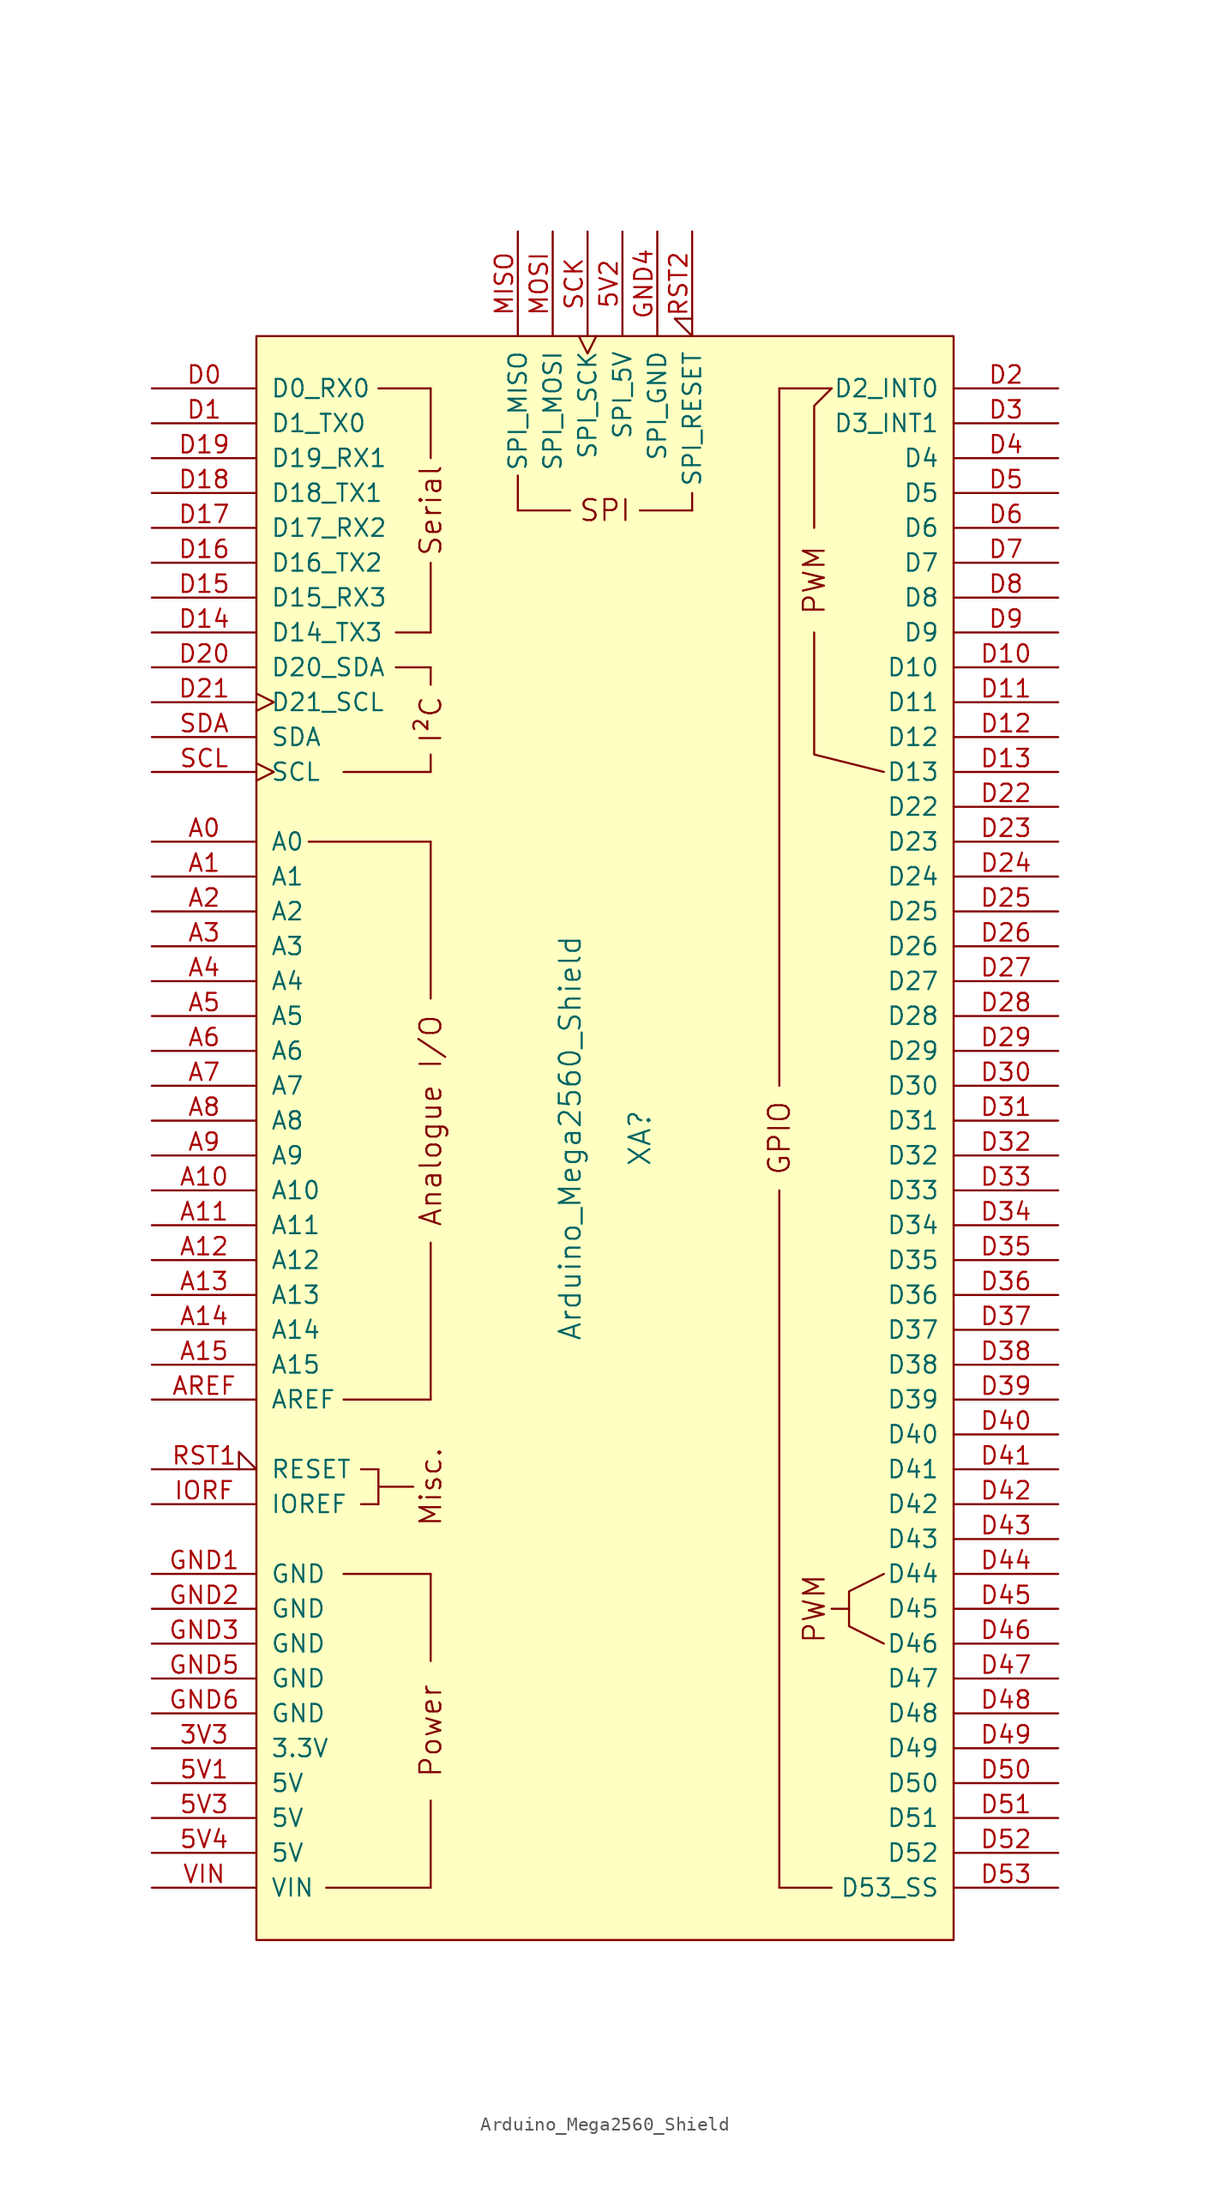
<source format=kicad_sym>
(kicad_symbol_lib
  (version 20211014)
  (generator kicad_symbol_editor)
  (symbol "Arduino_Mega2560_Shield"
    (pin_names
      (offset 1.016))
    (property "Reference" "XA"
      (at 2.54 0 90)
      (effects (font (size 1.524 1.524))))
    (property "Value" "Arduino_Mega2560_Shield"
      (at -2.54 0 90)
      (effects (font (size 1.524 1.524))))
    (symbol "Arduino_Mega2560_Shield_0_0"
      (rectangle (start -25.4 -58.42) (end 25.4 58.42) (stroke (width 0) (type default) (color 0 0 0 0)) (fill (type background)))
      (rectangle (start -20.32 -54.61) (end -12.7 -54.61) (stroke (width 0) (type default) (color 0 0 0 0)) (fill (type none)))
      (rectangle (start -19.05 -31.75) (end -12.7 -31.75) (stroke (width 0) (type default) (color 0 0 0 0)) (fill (type none)))
      (rectangle (start -19.05 -19.05) (end -12.7 -19.05) (stroke (width 0) (type default) (color 0 0 0 0)) (fill (type none)))
      (rectangle (start -19.05 26.67) (end -12.7 26.67) (stroke (width 0) (type default) (color 0 0 0 0)) (fill (type none)))
      (rectangle (start -17.78 -26.67) (end -16.51 -26.67) (stroke (width 0) (type default) (color 0 0 0 0)) (fill (type none)))
      (rectangle (start -17.78 -24.13) (end -16.51 -24.13) (stroke (width 0) (type default) (color 0 0 0 0)) (fill (type none)))
      (rectangle (start -16.51 -25.4) (end -13.97 -25.4) (stroke (width 0) (type default) (color 0 0 0 0)) (fill (type none)))
      (rectangle (start -16.51 -24.13) (end -16.51 -26.67) (stroke (width 0) (type default) (color 0 0 0 0)) (fill (type none)))
      (rectangle (start -16.51 54.61) (end -12.7 54.61) (stroke (width 0) (type default) (color 0 0 0 0)) (fill (type none)))
      (rectangle (start -15.24 34.29) (end -12.7 34.29) (stroke (width 0) (type default) (color 0 0 0 0)) (fill (type none)))
      (rectangle (start -15.24 36.83) (end -12.7 36.83) (stroke (width 0) (type default) (color 0 0 0 0)) (fill (type none)))
      (rectangle (start -12.7 -54.61) (end -12.7 -48.26) (stroke (width 0) (type default) (color 0 0 0 0)) (fill (type none)))
      (rectangle (start -12.7 -31.75) (end -12.7 -38.1) (stroke (width 0) (type default) (color 0 0 0 0)) (fill (type none)))
      (rectangle (start -12.7 26.67) (end -12.7 27.94) (stroke (width 0) (type default) (color 0 0 0 0)) (fill (type none)))
      (rectangle (start -12.7 34.29) (end -12.7 33.02) (stroke (width 0) (type default) (color 0 0 0 0)) (fill (type none)))
      (rectangle (start -12.7 41.91) (end -12.7 36.83) (stroke (width 0) (type default) (color 0 0 0 0)) (fill (type none)))
      (rectangle (start -12.7 49.53) (end -12.7 54.61) (stroke (width 0) (type default) (color 0 0 0 0)) (fill (type none)))
      (rectangle (start -6.35 48.26) (end -6.35 45.72) (stroke (width 0) (type default) (color 0 0 0 0)) (fill (type none)))
      (rectangle (start -2.54 45.72) (end -6.35 45.72) (stroke (width 0) (type default) (color 0 0 0 0)) (fill (type none)))
      (polyline (pts (xy -21.59 21.59) (xy -12.7 21.59)) (stroke (width 0) (type default) (color 0 0 0 0)) (fill (type none)))
      (polyline (pts (xy -12.7 -19.05) (xy -12.7 -7.62)) (stroke (width 0) (type default) (color 0 0 0 0)) (fill (type none)))
      (polyline (pts (xy -12.7 10.16) (xy -12.7 21.59)) (stroke (width 0) (type default) (color 0 0 0 0)) (fill (type none)))
      (polyline (pts (xy 12.7 -54.61) (xy 16.51 -54.61)) (stroke (width 0) (type default) (color 0 0 0 0)) (fill (type none)))
      (polyline (pts (xy 12.7 54.61) (xy 16.51 54.61)) (stroke (width 0) (type default) (color 0 0 0 0)) (fill (type none)))
      (polyline (pts (xy 17.78 -34.29) (xy 16.51 -34.29)) (stroke (width 0) (type default) (color 0 0 0 0)) (fill (type none)))
      (polyline (pts (xy 15.24 36.83) (xy 15.24 27.94) (xy 20.32 26.67)) (stroke (width 0) (type default) (color 0 0 0 0)) (fill (type none)))
      (polyline (pts (xy 15.24 44.45) (xy 15.24 53.34) (xy 16.51 54.61)) (stroke (width 0) (type default) (color 0 0 0 0)) (fill (type none)))
      (polyline (pts (xy 20.32 -31.75) (xy 17.78 -33.02) (xy 17.78 -35.56) (xy 20.32 -36.83)) (stroke (width 0) (type default) (color 0 0 0 0)) (fill (type none)))
      (rectangle (start 6.35 45.72) (end 2.54 45.72) (stroke (width 0) (type default) (color 0 0 0 0)) (fill (type none)))
      (rectangle (start 6.35 46.99) (end 6.35 45.72) (stroke (width 0) (type default) (color 0 0 0 0)) (fill (type none)))
      (text "Analogue I/O" (at -12.7 1.27 900) (effects (font (size 1.524 1.524))))
      (text "I²C" (at -12.7 30.48 900) (effects (font (size 1.524 1.524))))
      (text "Misc." (at -12.7 -25.4 900) (effects (font (size 1.524 1.524))))
      (text "Power" (at -12.7 -43.18 900) (effects (font (size 1.524 1.524))))
      (text "PWM" (at 15.24 -34.29 900) (effects (font (size 1.524 1.524))))
      (text "PWM" (at 15.24 40.64 900) (effects (font (size 1.524 1.524))))
      (text "Serial" (at -12.7 45.72 900) (effects (font (size 1.524 1.524))))
      (text "SPI" (at 0 45.72 0) (effects (font (size 1.524 1.524)))))
    (symbol "Arduino_Mega2560_Shield_1_0"
      (rectangle (start 12.7 -54.61) (end 12.7 -3.81) (stroke (width 0) (type default) (color 0 0 0 0)) (fill (type none)))
      (rectangle (start 12.7 54.61) (end 12.7 3.81) (stroke (width 0) (type default) (color 0 0 0 0)) (fill (type none)))
      (text "GPIO" (at 12.7 0 900) (effects (font (size 1.524 1.524)))))
    (symbol "Arduino_Mega2560_Shield_1_1"
      (pin power_out line (at -33.02 -44.45 0) (length 7.62) (name "3.3V" (effects (font (size 1.27 1.27)))) (number "3V3" (effects (font (size 1.27 1.27)))))
      (pin power_in line (at -33.02 -46.99 0) (length 7.62) (name "5V" (effects (font (size 1.27 1.27)))) (number "5V1" (effects (font (size 1.27 1.27)))))
      (pin power_in line (at 1.27 66.04 270) (length 7.62) (name "SPI_5V" (effects (font (size 1.27 1.27)))) (number "5V2" (effects (font (size 1.27 1.27)))))
      (pin power_in line (at -33.02 -49.53 0) (length 7.62) (name "5V" (effects (font (size 1.27 1.27)))) (number "5V3" (effects (font (size 1.27 1.27)))))
      (pin power_in line (at -33.02 -52.07 0) (length 7.62) (name "5V" (effects (font (size 1.27 1.27)))) (number "5V4" (effects (font (size 1.27 1.27)))))
      (pin bidirectional line (at -33.02 21.59 0) (length 7.62) (name "A0" (effects (font (size 1.27 1.27)))) (number "A0" (effects (font (size 1.27 1.27)))))
      (pin bidirectional line (at -33.02 19.05 0) (length 7.62) (name "A1" (effects (font (size 1.27 1.27)))) (number "A1" (effects (font (size 1.27 1.27)))))
      (pin bidirectional line (at -33.02 -3.81 0) (length 7.62) (name "A10" (effects (font (size 1.27 1.27)))) (number "A10" (effects (font (size 1.27 1.27)))))
      (pin bidirectional line (at -33.02 -6.35 0) (length 7.62) (name "A11" (effects (font (size 1.27 1.27)))) (number "A11" (effects (font (size 1.27 1.27)))))
      (pin bidirectional line (at -33.02 -8.89 0) (length 7.62) (name "A12" (effects (font (size 1.27 1.27)))) (number "A12" (effects (font (size 1.27 1.27)))))
      (pin bidirectional line (at -33.02 -11.43 0) (length 7.62) (name "A13" (effects (font (size 1.27 1.27)))) (number "A13" (effects (font (size 1.27 1.27)))))
      (pin bidirectional line (at -33.02 -13.97 0) (length 7.62) (name "A14" (effects (font (size 1.27 1.27)))) (number "A14" (effects (font (size 1.27 1.27)))))
      (pin bidirectional line (at -33.02 -16.51 0) (length 7.62) (name "A15" (effects (font (size 1.27 1.27)))) (number "A15" (effects (font (size 1.27 1.27)))))
      (pin bidirectional line (at -33.02 16.51 0) (length 7.62) (name "A2" (effects (font (size 1.27 1.27)))) (number "A2" (effects (font (size 1.27 1.27)))))
      (pin bidirectional line (at -33.02 13.97 0) (length 7.62) (name "A3" (effects (font (size 1.27 1.27)))) (number "A3" (effects (font (size 1.27 1.27)))))
      (pin bidirectional line (at -33.02 11.43 0) (length 7.62) (name "A4" (effects (font (size 1.27 1.27)))) (number "A4" (effects (font (size 1.27 1.27)))))
      (pin bidirectional line (at -33.02 8.89 0) (length 7.62) (name "A5" (effects (font (size 1.27 1.27)))) (number "A5" (effects (font (size 1.27 1.27)))))
      (pin bidirectional line (at -33.02 6.35 0) (length 7.62) (name "A6" (effects (font (size 1.27 1.27)))) (number "A6" (effects (font (size 1.27 1.27)))))
      (pin bidirectional line (at -33.02 3.81 0) (length 7.62) (name "A7" (effects (font (size 1.27 1.27)))) (number "A7" (effects (font (size 1.27 1.27)))))
      (pin bidirectional line (at -33.02 1.27 0) (length 7.62) (name "A8" (effects (font (size 1.27 1.27)))) (number "A8" (effects (font (size 1.27 1.27)))))
      (pin bidirectional line (at -33.02 -1.27 0) (length 7.62) (name "A9" (effects (font (size 1.27 1.27)))) (number "A9" (effects (font (size 1.27 1.27)))))
      (pin input line (at -33.02 -19.05 0) (length 7.62) (name "AREF" (effects (font (size 1.27 1.27)))) (number "AREF" (effects (font (size 1.27 1.27)))))
      (pin bidirectional line (at -33.02 54.61 0) (length 7.62) (name "D0_RX0" (effects (font (size 1.27 1.27)))) (number "D0" (effects (font (size 1.27 1.27)))))
      (pin bidirectional line (at -33.02 52.07 0) (length 7.62) (name "D1_TX0" (effects (font (size 1.27 1.27)))) (number "D1" (effects (font (size 1.27 1.27)))))
      (pin bidirectional line (at 33.02 34.29 180) (length 7.62) (name "D10" (effects (font (size 1.27 1.27)))) (number "D10" (effects (font (size 1.27 1.27)))))
      (pin bidirectional line (at 33.02 31.75 180) (length 7.62) (name "D11" (effects (font (size 1.27 1.27)))) (number "D11" (effects (font (size 1.27 1.27)))))
      (pin bidirectional line (at 33.02 29.21 180) (length 7.62) (name "D12" (effects (font (size 1.27 1.27)))) (number "D12" (effects (font (size 1.27 1.27)))))
      (pin bidirectional line (at 33.02 26.67 180) (length 7.62) (name "D13" (effects (font (size 1.27 1.27)))) (number "D13" (effects (font (size 1.27 1.27)))))
      (pin bidirectional line (at -33.02 36.83 0) (length 7.62) (name "D14_TX3" (effects (font (size 1.27 1.27)))) (number "D14" (effects (font (size 1.27 1.27)))))
      (pin bidirectional line (at -33.02 39.37 0) (length 7.62) (name "D15_RX3" (effects (font (size 1.27 1.27)))) (number "D15" (effects (font (size 1.27 1.27)))))
      (pin bidirectional line (at -33.02 41.91 0) (length 7.62) (name "D16_TX2" (effects (font (size 1.27 1.27)))) (number "D16" (effects (font (size 1.27 1.27)))))
      (pin bidirectional line (at -33.02 44.45 0) (length 7.62) (name "D17_RX2" (effects (font (size 1.27 1.27)))) (number "D17" (effects (font (size 1.27 1.27)))))
      (pin bidirectional line (at -33.02 46.99 0) (length 7.62) (name "D18_TX1" (effects (font (size 1.27 1.27)))) (number "D18" (effects (font (size 1.27 1.27)))))
      (pin bidirectional line (at -33.02 49.53 0) (length 7.62) (name "D19_RX1" (effects (font (size 1.27 1.27)))) (number "D19" (effects (font (size 1.27 1.27)))))
      (pin bidirectional line (at 33.02 54.61 180) (length 7.62) (name "D2_INT0" (effects (font (size 1.27 1.27)))) (number "D2" (effects (font (size 1.27 1.27)))))
      (pin bidirectional line (at -33.02 34.29 0) (length 7.62) (name "D20_SDA" (effects (font (size 1.27 1.27)))) (number "D20" (effects (font (size 1.27 1.27)))))
      (pin bidirectional clock (at -33.02 31.75 0) (length 7.62) (name "D21_SCL" (effects (font (size 1.27 1.27)))) (number "D21" (effects (font (size 1.27 1.27)))))
      (pin bidirectional line (at 33.02 24.13 180) (length 7.62) (name "D22" (effects (font (size 1.27 1.27)))) (number "D22" (effects (font (size 1.27 1.27)))))
      (pin bidirectional line (at 33.02 21.59 180) (length 7.62) (name "D23" (effects (font (size 1.27 1.27)))) (number "D23" (effects (font (size 1.27 1.27)))))
      (pin bidirectional line (at 33.02 19.05 180) (length 7.62) (name "D24" (effects (font (size 1.27 1.27)))) (number "D24" (effects (font (size 1.27 1.27)))))
      (pin bidirectional line (at 33.02 16.51 180) (length 7.62) (name "D25" (effects (font (size 1.27 1.27)))) (number "D25" (effects (font (size 1.27 1.27)))))
      (pin bidirectional line (at 33.02 13.97 180) (length 7.62) (name "D26" (effects (font (size 1.27 1.27)))) (number "D26" (effects (font (size 1.27 1.27)))))
      (pin bidirectional line (at 33.02 11.43 180) (length 7.62) (name "D27" (effects (font (size 1.27 1.27)))) (number "D27" (effects (font (size 1.27 1.27)))))
      (pin bidirectional line (at 33.02 8.89 180) (length 7.62) (name "D28" (effects (font (size 1.27 1.27)))) (number "D28" (effects (font (size 1.27 1.27)))))
      (pin bidirectional line (at 33.02 6.35 180) (length 7.62) (name "D29" (effects (font (size 1.27 1.27)))) (number "D29" (effects (font (size 1.27 1.27)))))
      (pin bidirectional line (at 33.02 52.07 180) (length 7.62) (name "D3_INT1" (effects (font (size 1.27 1.27)))) (number "D3" (effects (font (size 1.27 1.27)))))
      (pin bidirectional line (at 33.02 3.81 180) (length 7.62) (name "D30" (effects (font (size 1.27 1.27)))) (number "D30" (effects (font (size 1.27 1.27)))))
      (pin bidirectional line (at 33.02 1.27 180) (length 7.62) (name "D31" (effects (font (size 1.27 1.27)))) (number "D31" (effects (font (size 1.27 1.27)))))
      (pin bidirectional line (at 33.02 -1.27 180) (length 7.62) (name "D32" (effects (font (size 1.27 1.27)))) (number "D32" (effects (font (size 1.27 1.27)))))
      (pin bidirectional line (at 33.02 -3.81 180) (length 7.62) (name "D33" (effects (font (size 1.27 1.27)))) (number "D33" (effects (font (size 1.27 1.27)))))
      (pin bidirectional line (at 33.02 -6.35 180) (length 7.62) (name "D34" (effects (font (size 1.27 1.27)))) (number "D34" (effects (font (size 1.27 1.27)))))
      (pin bidirectional line (at 33.02 -8.89 180) (length 7.62) (name "D35" (effects (font (size 1.27 1.27)))) (number "D35" (effects (font (size 1.27 1.27)))))
      (pin bidirectional line (at 33.02 -11.43 180) (length 7.62) (name "D36" (effects (font (size 1.27 1.27)))) (number "D36" (effects (font (size 1.27 1.27)))))
      (pin bidirectional line (at 33.02 -13.97 180) (length 7.62) (name "D37" (effects (font (size 1.27 1.27)))) (number "D37" (effects (font (size 1.27 1.27)))))
      (pin bidirectional line (at 33.02 -16.51 180) (length 7.62) (name "D38" (effects (font (size 1.27 1.27)))) (number "D38" (effects (font (size 1.27 1.27)))))
      (pin bidirectional line (at 33.02 -19.05 180) (length 7.62) (name "D39" (effects (font (size 1.27 1.27)))) (number "D39" (effects (font (size 1.27 1.27)))))
      (pin bidirectional line (at 33.02 49.53 180) (length 7.62) (name "D4" (effects (font (size 1.27 1.27)))) (number "D4" (effects (font (size 1.27 1.27)))))
      (pin bidirectional line (at 33.02 -21.59 180) (length 7.62) (name "D40" (effects (font (size 1.27 1.27)))) (number "D40" (effects (font (size 1.27 1.27)))))
      (pin bidirectional line (at 33.02 -24.13 180) (length 7.62) (name "D41" (effects (font (size 1.27 1.27)))) (number "D41" (effects (font (size 1.27 1.27)))))
      (pin bidirectional line (at 33.02 -26.67 180) (length 7.62) (name "D42" (effects (font (size 1.27 1.27)))) (number "D42" (effects (font (size 1.27 1.27)))))
      (pin bidirectional line (at 33.02 -29.21 180) (length 7.62) (name "D43" (effects (font (size 1.27 1.27)))) (number "D43" (effects (font (size 1.27 1.27)))))
      (pin bidirectional line (at 33.02 -31.75 180) (length 7.62) (name "D44" (effects (font (size 1.27 1.27)))) (number "D44" (effects (font (size 1.27 1.27)))))
      (pin bidirectional line (at 33.02 -34.29 180) (length 7.62) (name "D45" (effects (font (size 1.27 1.27)))) (number "D45" (effects (font (size 1.27 1.27)))))
      (pin bidirectional line (at 33.02 -36.83 180) (length 7.62) (name "D46" (effects (font (size 1.27 1.27)))) (number "D46" (effects (font (size 1.27 1.27)))))
      (pin bidirectional line (at 33.02 -39.37 180) (length 7.62) (name "D47" (effects (font (size 1.27 1.27)))) (number "D47" (effects (font (size 1.27 1.27)))))
      (pin bidirectional line (at 33.02 -41.91 180) (length 7.62) (name "D48" (effects (font (size 1.27 1.27)))) (number "D48" (effects (font (size 1.27 1.27)))))
      (pin bidirectional line (at 33.02 -44.45 180) (length 7.62) (name "D49" (effects (font (size 1.27 1.27)))) (number "D49" (effects (font (size 1.27 1.27)))))
      (pin bidirectional line (at 33.02 46.99 180) (length 7.62) (name "D5" (effects (font (size 1.27 1.27)))) (number "D5" (effects (font (size 1.27 1.27)))))
      (pin bidirectional line (at 33.02 -46.99 180) (length 7.62) (name "D50" (effects (font (size 1.27 1.27)))) (number "D50" (effects (font (size 1.27 1.27)))))
      (pin bidirectional line (at 33.02 -49.53 180) (length 7.62) (name "D51" (effects (font (size 1.27 1.27)))) (number "D51" (effects (font (size 1.27 1.27)))))
      (pin bidirectional line (at 33.02 -52.07 180) (length 7.62) (name "D52" (effects (font (size 1.27 1.27)))) (number "D52" (effects (font (size 1.27 1.27)))))
      (pin bidirectional line (at 33.02 -54.61 180) (length 7.62) (name "D53_SS" (effects (font (size 1.27 1.27)))) (number "D53" (effects (font (size 1.27 1.27)))))
      (pin bidirectional line (at 33.02 44.45 180) (length 7.62) (name "D6" (effects (font (size 1.27 1.27)))) (number "D6" (effects (font (size 1.27 1.27)))))
      (pin bidirectional line (at 33.02 41.91 180) (length 7.62) (name "D7" (effects (font (size 1.27 1.27)))) (number "D7" (effects (font (size 1.27 1.27)))))
      (pin bidirectional line (at 33.02 39.37 180) (length 7.62) (name "D8" (effects (font (size 1.27 1.27)))) (number "D8" (effects (font (size 1.27 1.27)))))
      (pin bidirectional line (at 33.02 36.83 180) (length 7.62) (name "D9" (effects (font (size 1.27 1.27)))) (number "D9" (effects (font (size 1.27 1.27)))))
      (pin power_in line (at -33.02 -31.75 0) (length 7.62) (name "GND" (effects (font (size 1.27 1.27)))) (number "GND1" (effects (font (size 1.27 1.27)))))
      (pin power_in line (at -33.02 -34.29 0) (length 7.62) (name "GND" (effects (font (size 1.27 1.27)))) (number "GND2" (effects (font (size 1.27 1.27)))))
      (pin power_in line (at -33.02 -36.83 0) (length 7.62) (name "GND" (effects (font (size 1.27 1.27)))) (number "GND3" (effects (font (size 1.27 1.27)))))
      (pin power_in line (at 3.81 66.04 270) (length 7.62) (name "SPI_GND" (effects (font (size 1.27 1.27)))) (number "GND4" (effects (font (size 1.27 1.27)))))
      (pin power_in line (at -33.02 -39.37 0) (length 7.62) (name "GND" (effects (font (size 1.27 1.27)))) (number "GND5" (effects (font (size 1.27 1.27)))))
      (pin power_in line (at -33.02 -41.91 0) (length 7.62) (name "GND" (effects (font (size 1.27 1.27)))) (number "GND6" (effects (font (size 1.27 1.27)))))
      (pin output line (at -33.02 -26.67 0) (length 7.62) (name "IOREF" (effects (font (size 1.27 1.27)))) (number "IORF" (effects (font (size 1.27 1.27)))))
      (pin input line (at -6.35 66.04 270) (length 7.62) (name "SPI_MISO" (effects (font (size 1.27 1.27)))) (number "MISO" (effects (font (size 1.27 1.27)))))
      (pin output line (at -3.81 66.04 270) (length 7.62) (name "SPI_MOSI" (effects (font (size 1.27 1.27)))) (number "MOSI" (effects (font (size 1.27 1.27)))))
      (pin open_collector input_low (at -33.02 -24.13 0) (length 7.62) (name "RESET" (effects (font (size 1.27 1.27)))) (number "RST1" (effects (font (size 1.27 1.27)))))
      (pin open_collector input_low (at 6.35 66.04 270) (length 7.62) (name "SPI_RESET" (effects (font (size 1.27 1.27)))) (number "RST2" (effects (font (size 1.27 1.27)))))
      (pin output clock (at -1.27 66.04 270) (length 7.62) (name "SPI_SCK" (effects (font (size 1.27 1.27)))) (number "SCK" (effects (font (size 1.27 1.27)))))
      (pin bidirectional clock (at -33.02 26.67 0) (length 7.62) (name "SCL" (effects (font (size 1.27 1.27)))) (number "SCL" (effects (font (size 1.27 1.27)))))
      (pin bidirectional line (at -33.02 29.21 0) (length 7.62) (name "SDA" (effects (font (size 1.27 1.27)))) (number "SDA" (effects (font (size 1.27 1.27)))))
      (pin power_in line (at -33.02 -54.61 0) (length 7.62) (name "VIN" (effects (font (size 1.27 1.27)))) (number "VIN" (effects (font (size 1.27 1.27))))))))
</source>
